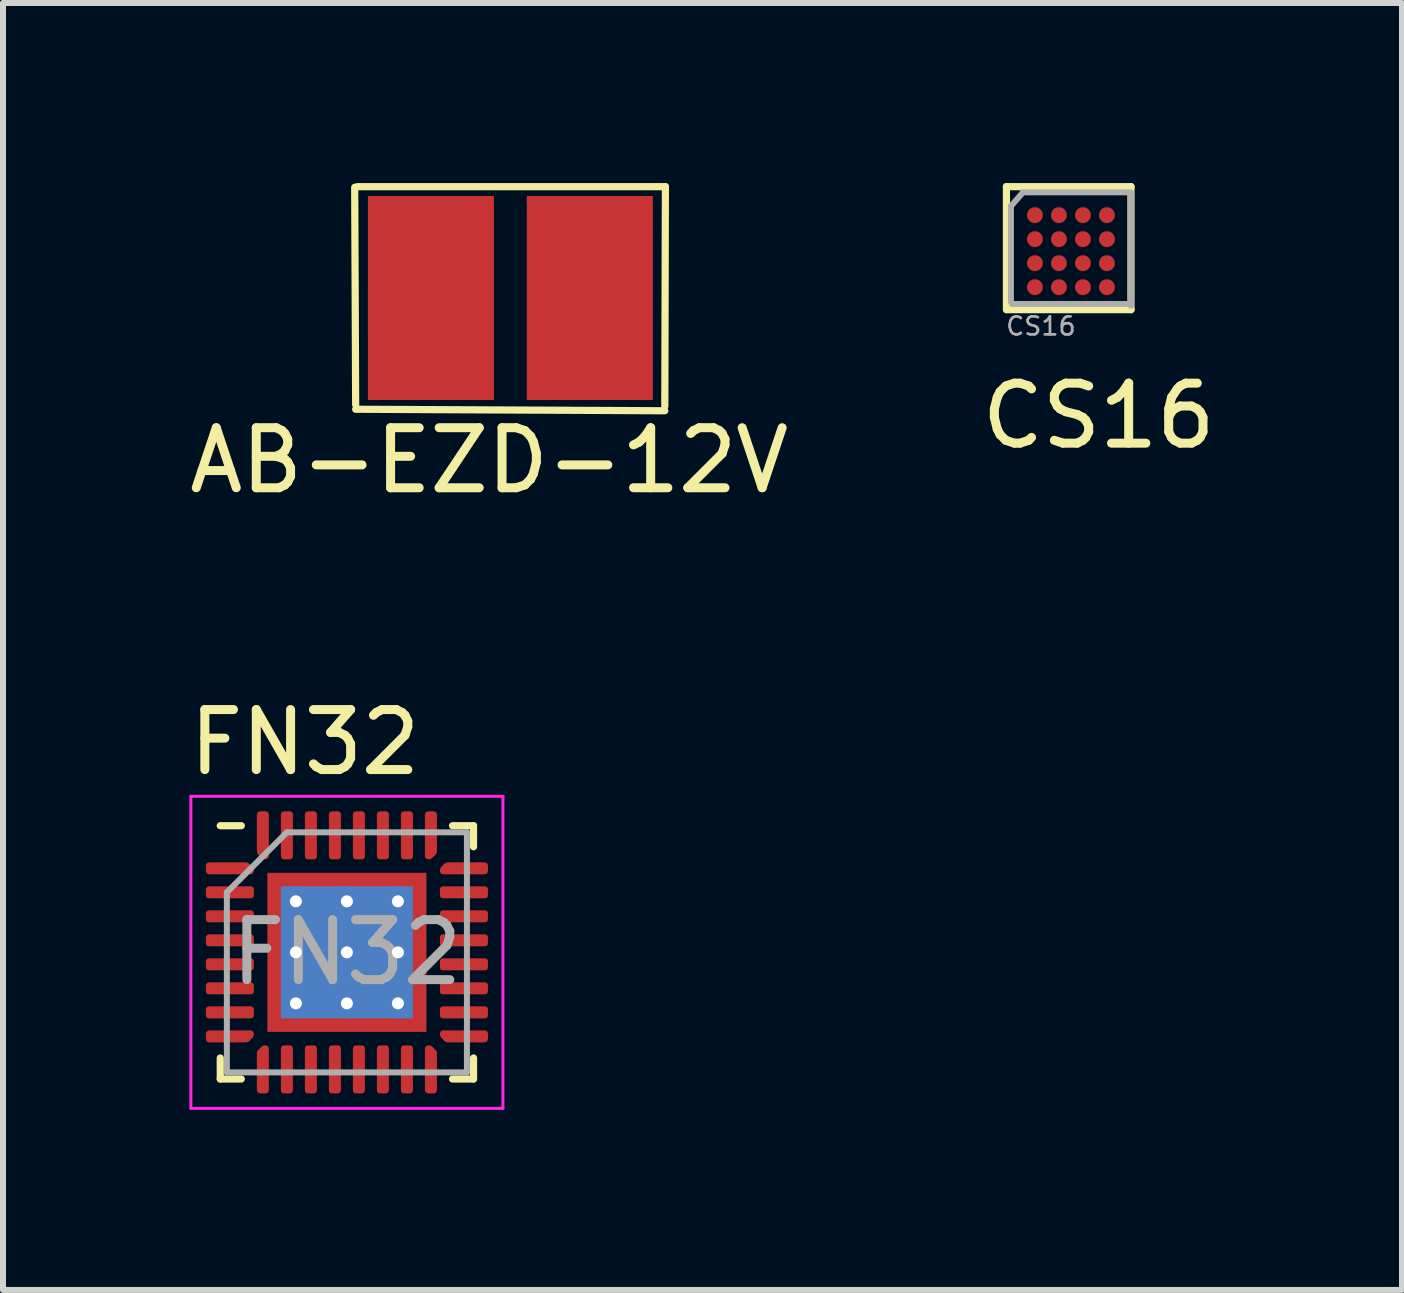
<source format=kicad_pcb>
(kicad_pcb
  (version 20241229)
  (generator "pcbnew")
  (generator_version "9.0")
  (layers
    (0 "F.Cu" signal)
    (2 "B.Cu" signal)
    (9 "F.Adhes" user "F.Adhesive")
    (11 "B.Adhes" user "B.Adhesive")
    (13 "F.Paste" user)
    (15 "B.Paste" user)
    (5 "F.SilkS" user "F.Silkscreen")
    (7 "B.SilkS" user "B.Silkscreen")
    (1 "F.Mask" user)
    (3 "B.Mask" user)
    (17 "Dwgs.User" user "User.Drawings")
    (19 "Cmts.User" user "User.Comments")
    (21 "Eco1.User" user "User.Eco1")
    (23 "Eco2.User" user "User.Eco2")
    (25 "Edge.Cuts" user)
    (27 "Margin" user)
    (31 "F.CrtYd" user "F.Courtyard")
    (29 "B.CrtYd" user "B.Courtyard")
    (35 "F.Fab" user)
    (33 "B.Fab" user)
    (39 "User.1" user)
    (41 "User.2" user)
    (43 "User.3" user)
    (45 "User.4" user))
  (footprint "CS16"
    (layer "F.Cu")
    (at 14.494 1.085)
    (property "Reference" "CS16" (at 0.762 2.794 0) (layer "F.SilkS") (effects (font (size 1 1) (thickness 0.15))))
    (attr through_hole)
    (fp_line (start -0.775 -1.025) (end -0.775 1.025) (stroke (width 0.12) (type solid)) (layer "F.SilkS"))
    (fp_line (start -0.775 -1.025) (end 1.3 -1.025) (stroke (width 0.12) (type solid)) (layer "F.SilkS"))
    (fp_line (start -0.765 1.025) (end 1.3 1.025) (stroke (width 0.12) (type solid)) (layer "F.SilkS"))
    (fp_line (start 1.3 1.025) (end 1.3 -1.025) (stroke (width 0.12) (type solid)) (layer "F.SilkS"))
    (fp_line (start -0.7 -0.7) (end -0.5 -0.93) (stroke (width 0.1) (type solid)) (layer "F.Fab"))
    (fp_line (start -0.7 0.9) (end -0.7 -0.7) (stroke (width 0.1) (type solid)) (layer "F.Fab"))
    (fp_line (start -0.68 0.93) (end 1.3 0.93) (stroke (width 0.1) (type solid)) (layer "F.Fab"))
    (fp_line (start 1.3 -0.93) (end -0.5 -0.93) (stroke (width 0.1) (type solid)) (layer "F.Fab"))
    (fp_line (start 1.3 0.96) (end 1.3 -0.9) (stroke (width 0.1) (type solid)) (layer "F.Fab"))
    (fp_text user "${REFERENCE}" (at -0.2 1.3 180) (layer "F.Fab") (effects (font (size 0.3 0.3) (thickness 0.045))))
    (pad "" smd rect (at -0.3 -0.55) (size 0.3 0.3) (layers "F.Paste"))
    (pad "" smd rect (at -0.3 -0.15) (size 0.3 0.3) (layers "F.Paste"))
    (pad "" smd rect (at -0.3 0.25) (size 0.3 0.3) (layers "F.Paste"))
    (pad "" smd rect (at -0.3 0.65) (size 0.3 0.3) (layers "F.Paste"))
    (pad "" smd rect (at 0.1 -0.55) (size 0.3 0.3) (layers "F.Paste"))
    (pad "" smd rect (at 0.1 -0.15) (size 0.3 0.3) (layers "F.Paste"))
    (pad "" smd rect (at 0.1 0.25) (size 0.3 0.3) (layers "F.Paste"))
    (pad "" smd rect (at 0.1 0.65) (size 0.3 0.3) (layers "F.Paste"))
    (pad "" smd rect (at 0.5 -0.55) (size 0.3 0.3) (layers "F.Paste"))
    (pad "" smd rect (at 0.5 -0.15) (size 0.3 0.3) (layers "F.Paste"))
    (pad "" smd rect (at 0.5 0.25) (size 0.3 0.3) (layers "F.Paste"))
    (pad "" smd rect (at 0.5 0.25) (size 0.3 0.3) (layers "F.Paste"))
    (pad "" smd rect (at 0.5 0.65) (size 0.3 0.3) (layers "F.Paste"))
    (pad "" smd rect (at 0.9 -0.55) (size 0.3 0.3) (layers "F.Paste"))
    (pad "" smd rect (at 0.9 -0.15) (size 0.3 0.3) (layers "F.Paste"))
    (pad "" smd rect (at 0.9 0.25) (size 0.3 0.3) (layers "F.Paste"))
    (pad "" smd rect (at 0.9 0.65) (size 0.3 0.3) (layers "F.Paste"))
    (pad "A1" smd circle (at -0.3 -0.55) (size 0.265 0.265) (layers "F.Cu" "F.Mask"))
    (pad "A2" smd circle (at 0.1 -0.55) (size 0.265 0.265) (layers "F.Cu" "F.Mask"))
    (pad "A3" smd circle (at 0.5 -0.55) (size 0.265 0.265) (layers "F.Cu" "F.Mask"))
    (pad "A4" smd circle (at 0.9 -0.55) (size 0.265 0.265) (layers "F.Cu" "F.Mask"))
    (pad "B1" smd circle (at -0.3 -0.15) (size 0.265 0.265) (layers "F.Cu" "F.Mask"))
    (pad "B2" smd circle (at 0.1 -0.15) (size 0.265 0.265) (layers "F.Cu" "F.Mask"))
    (pad "B3" smd circle (at 0.5 -0.15) (size 0.265 0.265) (layers "F.Cu" "F.Mask"))
    (pad "B4" smd circle (at 0.9 -0.15) (size 0.265 0.265) (layers "F.Cu" "F.Mask"))
    (pad "C1" smd circle (at -0.3 0.25) (size 0.265 0.265) (layers "F.Cu" "F.Mask"))
    (pad "C2" smd circle (at 0.1 0.25) (size 0.265 0.265) (layers "F.Cu" "F.Mask"))
    (pad "C3" smd circle (at 0.5 0.25) (size 0.265 0.265) (layers "F.Cu" "F.Mask"))
    (pad "C4" smd circle (at 0.9 0.25) (size 0.265 0.265) (layers "F.Cu" "F.Mask"))
    (pad "D1" smd circle (at -0.3 0.65) (size 0.265 0.265) (layers "F.Cu" "F.Mask"))
    (pad "D2" smd circle (at 0.1 0.65) (size 0.265 0.265) (layers "F.Cu" "F.Mask"))
    (pad "D3" smd circle (at 0.5 0.65) (size 0.265 0.265) (layers "F.Cu" "F.Mask"))
    (pad "D4" smd circle (at 0.9 0.65) (size 0.265 0.265) (layers "F.Cu" "F.Mask")))
  (footprint "AB-EZD-12V"
    (layer "F.Cu")
    (at 5.497 2.189)
    (property "Reference" "AB-EZD-12V" (at -0.396 2.433 0) (layer "F.SilkS") (effects (font (size 1 1) (thickness 0.15))))
    (attr smd)
    (fp_line (start -2.621 1.504) (end -2.637 -2.118) (stroke (width 0.12) (type solid)) (layer "F.SilkS"))
    (fp_line (start -2.596 -2.129) (end 2.54 -2.129) (stroke (width 0.12) (type solid)) (layer "F.SilkS"))
    (fp_line (start 2.53 1.605) (end -2.621 1.58) (stroke (width 0.12) (type solid)) (layer "F.SilkS"))
    (fp_line (start 2.54 -2.129) (end 2.53 1.529) (stroke (width 0.12) (type solid)) (layer "F.SilkS"))
    (pad "1" smd rect (at -1.367 -0.274) (size 2.1 3.4) (layers "F.Cu" "F.Mask" "F.Paste"))
    (pad "2" smd rect (at 1.28 -0.274) (size 2.1 3.4) (layers "F.Cu" "F.Mask" "F.Paste")))
  (footprint "FN32"
    (layer "F.Cu")
    (at 2.63 12.918)
    (property "Reference" "FN32" (at -0.6 -3.6 0) (layer "F.SilkS") (effects (font (size 1 1) (thickness 0.15))))
    (attr through_hole)
    (fp_line (start -2.01 2.01) (end -2.01 1.66) (stroke (width 0.12) (type solid)) (layer "F.SilkS"))
    (fp_line (start -1.66 -2.21) (end -2.01 -2.21) (stroke (width 0.12) (type solid)) (layer "F.SilkS"))
    (fp_line (start -1.66 2.01) (end -2.01 2.01) (stroke (width 0.12) (type solid)) (layer "F.SilkS"))
    (fp_line (start 1.86 -2.21) (end 2.21 -2.21) (stroke (width 0.12) (type solid)) (layer "F.SilkS"))
    (fp_line (start 1.86 2.01) (end 2.21 2.01) (stroke (width 0.12) (type solid)) (layer "F.SilkS"))
    (fp_line (start 2.21 -2.21) (end 2.21 -1.86) (stroke (width 0.12) (type solid)) (layer "F.SilkS"))
    (fp_line (start 2.21 2.01) (end 2.21 1.66) (stroke (width 0.12) (type solid)) (layer "F.SilkS"))
    (fp_line (start -2.5 -2.7) (end -2.5 2.5) (stroke (width 0.05) (type solid)) (layer "F.CrtYd"))
    (fp_line (start -2.5 2.5) (end 2.7 2.5) (stroke (width 0.05) (type solid)) (layer "F.CrtYd"))
    (fp_line (start 2.7 -2.7) (end -2.5 -2.7) (stroke (width 0.05) (type solid)) (layer "F.CrtYd"))
    (fp_line (start 2.7 2.5) (end 2.7 -2.7) (stroke (width 0.05) (type solid)) (layer "F.CrtYd"))
    (fp_line (start -1.9 -1.1) (end -0.9 -2.1) (stroke (width 0.1) (type solid)) (layer "F.Fab"))
    (fp_line (start -1.9 1.9) (end -1.9 -1.1) (stroke (width 0.1) (type solid)) (layer "F.Fab"))
    (fp_line (start -0.9 -2.1) (end 2.1 -2.1) (stroke (width 0.1) (type solid)) (layer "F.Fab"))
    (fp_line (start 2.1 -2.1) (end 2.1 1.9) (stroke (width 0.1) (type solid)) (layer "F.Fab"))
    (fp_line (start 2.1 1.9) (end -1.9 1.9) (stroke (width 0.1) (type solid)) (layer "F.Fab"))
    (fp_text user "${REFERENCE}" (at 0.1 -0.1 0) (layer "F.Fab") (effects (font (size 1 1) (thickness 0.15))))
    (pad "1" smd custom (at -1.85 -1.5) (size 0.129 0.129) (layers "F.Cu" "F.Mask" "F.Paste") (options (anchor circle)) (primitives (gr_poly (pts (xy -0.35 -0.05) (xy 0.279 -0.05) (xy 0.35 0.021) (xy 0.35 0.05) (xy -0.35 0.05)) (width 0.1) (fill yes))))
    (pad "2" smd roundrect (at -1.85 -1.1) (size 0.8 0.2) (layers "F.Cu" "F.Mask" "F.Paste") (roundrect_rratio 0.25))
    (pad "3" smd roundrect (at -1.85 -0.7) (size 0.8 0.2) (layers "F.Cu" "F.Mask" "F.Paste") (roundrect_rratio 0.25))
    (pad "4" smd roundrect (at -1.85 -0.3) (size 0.8 0.2) (layers "F.Cu" "F.Mask" "F.Paste") (roundrect_rratio 0.25))
    (pad "5" smd roundrect (at -1.85 0.1) (size 0.8 0.2) (layers "F.Cu" "F.Mask" "F.Paste") (roundrect_rratio 0.25))
    (pad "6" smd roundrect (at -1.85 0.5) (size 0.8 0.2) (layers "F.Cu" "F.Mask" "F.Paste") (roundrect_rratio 0.25))
    (pad "7" smd roundrect (at -1.85 0.9) (size 0.8 0.2) (layers "F.Cu" "F.Mask" "F.Paste") (roundrect_rratio 0.25))
    (pad "8" smd custom (at -1.85 1.3) (size 0.129 0.129) (layers "F.Cu" "F.Mask" "F.Paste") (options (anchor circle)) (primitives (gr_poly (pts (xy -0.35 -0.05) (xy 0.35 -0.05) (xy 0.35 -0.021) (xy 0.279 0.05) (xy -0.35 0.05)) (width 0.1) (fill yes))))
    (pad "9" smd custom (at -1.3 1.85) (size 0.129 0.129) (layers "F.Cu" "F.Mask" "F.Paste") (options (anchor circle)) (primitives (gr_poly (pts (xy -0.05 -0.279) (xy 0.021 -0.35) (xy 0.05 -0.35) (xy 0.05 0.35) (xy -0.05 0.35)) (width 0.1) (fill yes))))
    (pad "10" smd roundrect (at -0.9 1.85) (size 0.2 0.8) (layers "F.Cu" "F.Mask" "F.Paste") (roundrect_rratio 0.25))
    (pad "11" smd roundrect (at -0.5 1.85) (size 0.2 0.8) (layers "F.Cu" "F.Mask" "F.Paste") (roundrect_rratio 0.25))
    (pad "12" smd roundrect (at -0.1 1.85) (size 0.2 0.8) (layers "F.Cu" "F.Mask" "F.Paste") (roundrect_rratio 0.25))
    (pad "13" smd roundrect (at 0.3 1.85) (size 0.2 0.8) (layers "F.Cu" "F.Mask" "F.Paste") (roundrect_rratio 0.25))
    (pad "14" smd roundrect (at 0.7 1.85) (size 0.2 0.8) (layers "F.Cu" "F.Mask" "F.Paste") (roundrect_rratio 0.25))
    (pad "15" smd roundrect (at 1.1 1.85) (size 0.2 0.8) (layers "F.Cu" "F.Mask" "F.Paste") (roundrect_rratio 0.25))
    (pad "16" smd custom (at 1.5 1.85) (size 0.129 0.129) (layers "F.Cu" "F.Mask" "F.Paste") (options (anchor circle)) (primitives (gr_poly (pts (xy -0.05 -0.35) (xy -0.021 -0.35) (xy 0.05 -0.279) (xy 0.05 0.35) (xy -0.05 0.35)) (width 0.1) (fill yes))))
    (pad "17" smd custom (at 2.05 1.3) (size 0.129 0.129) (layers "F.Cu" "F.Mask" "F.Paste") (options (anchor circle)) (primitives (gr_poly (pts (xy -0.35 -0.05) (xy 0.35 -0.05) (xy 0.35 0.05) (xy -0.279 0.05) (xy -0.35 -0.021)) (width 0.1) (fill yes))))
    (pad "18" smd roundrect (at 2.05 0.9) (size 0.8 0.2) (layers "F.Cu" "F.Mask" "F.Paste") (roundrect_rratio 0.25))
    (pad "19" smd roundrect (at 2.05 0.5) (size 0.8 0.2) (layers "F.Cu" "F.Mask" "F.Paste") (roundrect_rratio 0.25))
    (pad "20" smd roundrect (at 2.05 0.1) (size 0.8 0.2) (layers "F.Cu" "F.Mask" "F.Paste") (roundrect_rratio 0.25))
    (pad "21" smd roundrect (at 2.05 -0.3) (size 0.8 0.2) (layers "F.Cu" "F.Mask" "F.Paste") (roundrect_rratio 0.25))
    (pad "22" smd roundrect (at 2.05 -0.7) (size 0.8 0.2) (layers "F.Cu" "F.Mask" "F.Paste") (roundrect_rratio 0.25))
    (pad "23" smd roundrect (at 2.05 -1.1) (size 0.8 0.2) (layers "F.Cu" "F.Mask" "F.Paste") (roundrect_rratio 0.25))
    (pad "24" smd custom (at 2.05 -1.5) (size 0.129 0.129) (layers "F.Cu" "F.Mask" "F.Paste") (options (anchor circle)) (primitives (gr_poly (pts (xy -0.35 0.021) (xy -0.279 -0.05) (xy 0.35 -0.05) (xy 0.35 0.05) (xy -0.35 0.05)) (width 0.1) (fill yes))))
    (pad "25" smd custom (at 1.5 -2.05) (size 0.129 0.129) (layers "F.Cu" "F.Mask" "F.Paste") (options (anchor circle)) (primitives (gr_poly (pts (xy -0.05 -0.35) (xy 0.05 -0.35) (xy 0.05 0.279) (xy -0.021 0.35) (xy -0.05 0.35)) (width 0.1) (fill yes))))
    (pad "26" smd roundrect (at 1.1 -2.05) (size 0.2 0.8) (layers "F.Cu" "F.Mask" "F.Paste") (roundrect_rratio 0.25))
    (pad "27" smd roundrect (at 0.7 -2.05) (size 0.2 0.8) (layers "F.Cu" "F.Mask" "F.Paste") (roundrect_rratio 0.25))
    (pad "28" smd roundrect (at 0.3 -2.05) (size 0.2 0.8) (layers "F.Cu" "F.Mask" "F.Paste") (roundrect_rratio 0.25))
    (pad "29" smd roundrect (at -0.1 -2.05) (size 0.2 0.8) (layers "F.Cu" "F.Mask" "F.Paste") (roundrect_rratio 0.25))
    (pad "30" smd roundrect (at -0.5 -2.05) (size 0.2 0.8) (layers "F.Cu" "F.Mask" "F.Paste") (roundrect_rratio 0.25))
    (pad "31" smd roundrect (at -0.9 -2.05) (size 0.2 0.8) (layers "F.Cu" "F.Mask" "F.Paste") (roundrect_rratio 0.25))
    (pad "32" smd custom (at -1.3 -2.05) (size 0.129 0.129) (layers "F.Cu" "F.Mask" "F.Paste") (options (anchor circle)) (primitives (gr_poly (pts (xy -0.05 -0.35) (xy 0.05 -0.35) (xy 0.05 0.35) (xy 0.021 0.35) (xy -0.05 0.279)) (width 0.1) (fill yes))))
    (pad "33" thru_hole circle (at -0.75 -0.95) (size 0.5 0.5) (drill 0.2) (layers "*.Cu"))
    (pad "33" thru_hole circle (at -0.75 -0.1) (size 0.5 0.5) (drill 0.2) (layers "*.Cu"))
    (pad "33" thru_hole circle (at -0.75 0.75) (size 0.5 0.5) (drill 0.2) (layers "*.Cu"))
    (pad "33" thru_hole circle (at 0.1 -0.95) (size 0.5 0.5) (drill 0.2) (layers "*.Cu"))
    (pad "33" thru_hole circle (at 0.1 -0.1) (size 0.5 0.5) (drill 0.2) (layers "*.Cu"))
    (pad "33" smd rect (at 0.1 -0.1) (size 2.2 2.2) (layers "B.Cu"))
    (pad "33" smd rect (at 0.1 -0.1) (size 2.65 2.65) (layers "F.Cu" "F.Mask"))
    (pad "33" thru_hole circle (at 0.1 0.75) (size 0.5 0.5) (drill 0.2) (layers "*.Cu"))
    (pad "33" thru_hole circle (at 0.95 -0.95) (size 0.5 0.5) (drill 0.2) (layers "*.Cu"))
    (pad "33" thru_hole circle (at 0.95 -0.1) (size 0.5 0.5) (drill 0.2) (layers "*.Cu"))
    (pad "33" thru_hole circle (at 0.95 0.75) (size 0.5 0.5) (drill 0.2) (layers "*.Cu")))
  (gr_rect
    (start -3 -3)
    (end 20.31 18.443)
    (stroke (width 0.1) (type default))
    (fill no)
    (layer "Edge.Cuts")))
</source>
